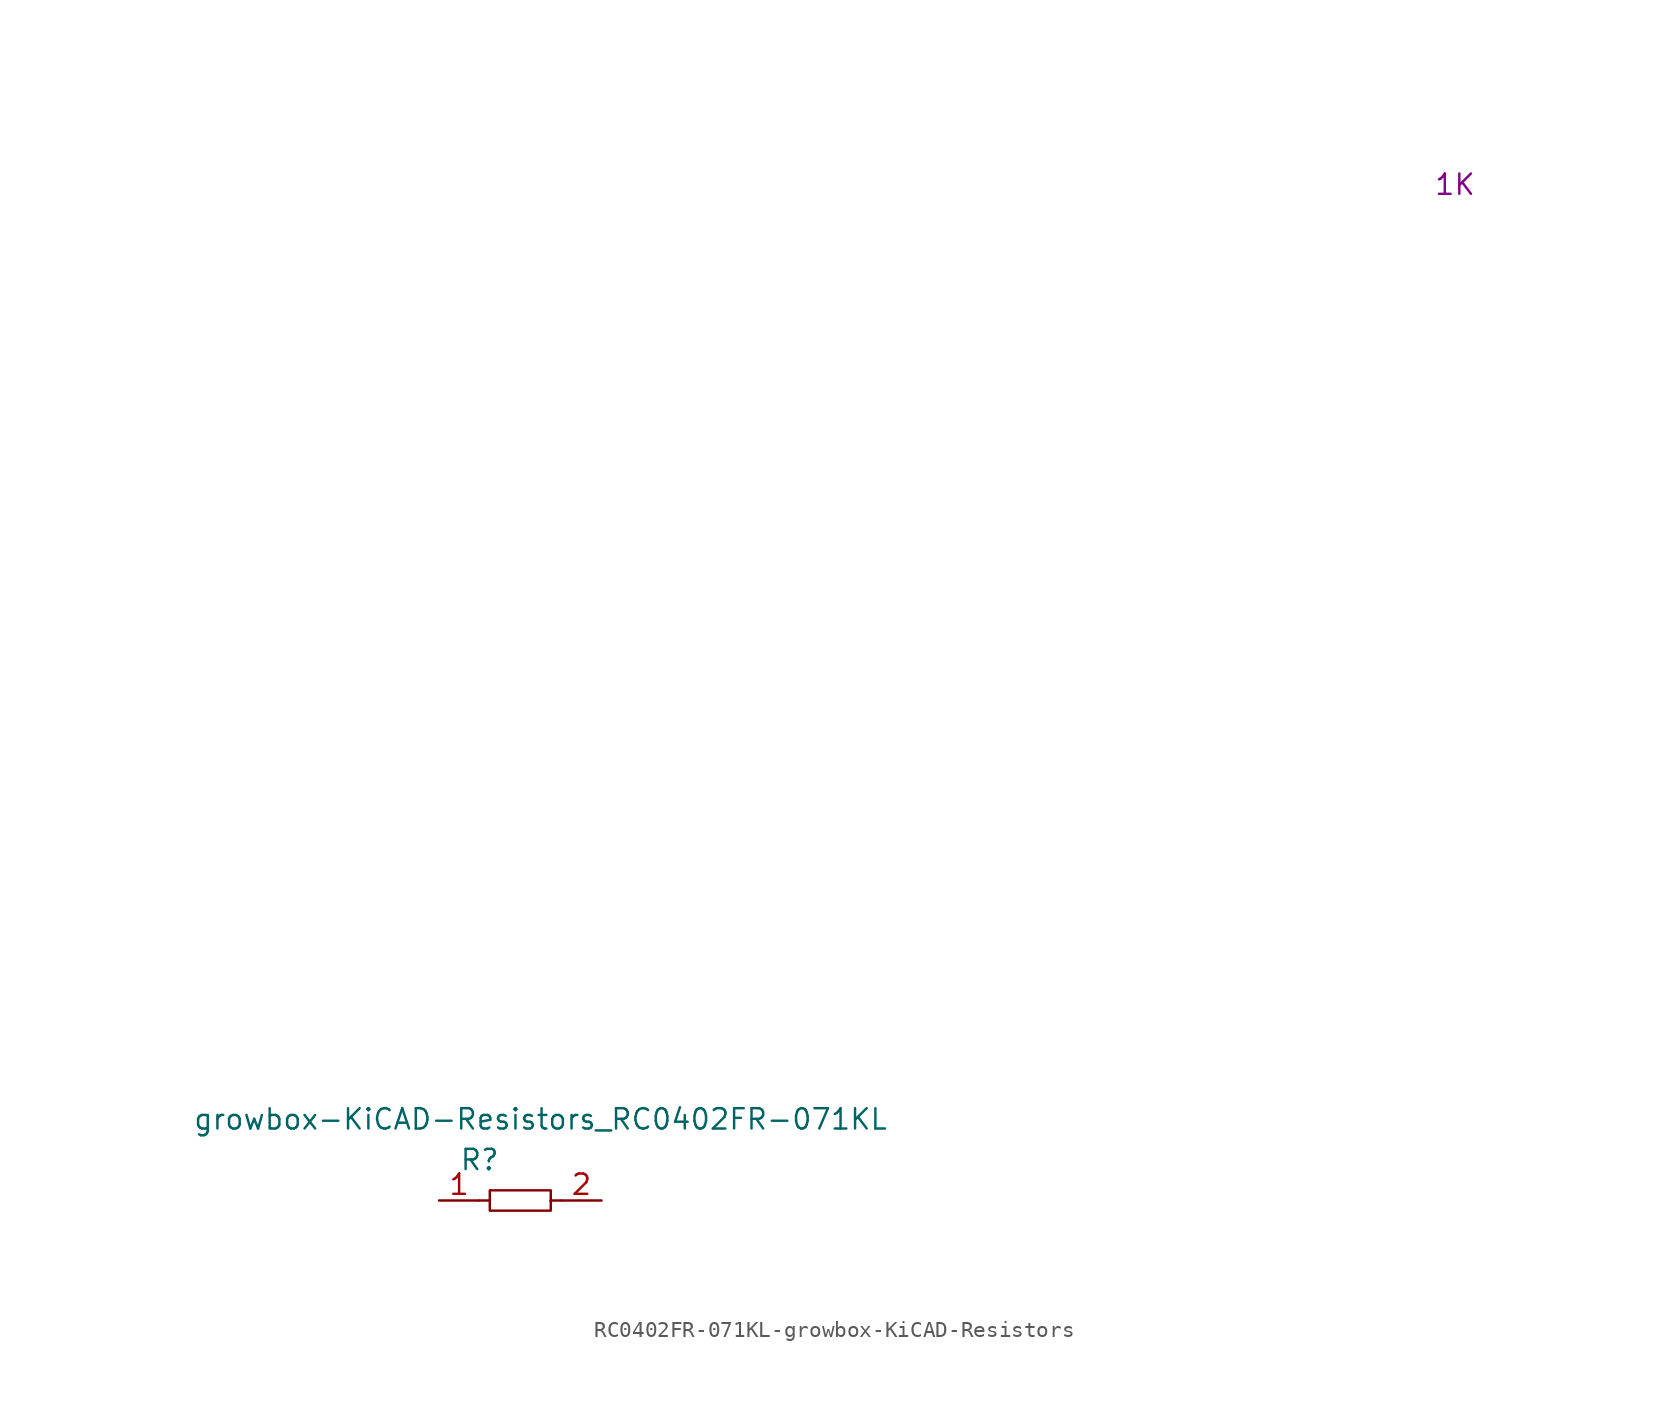
<source format=kicad_sym>
(kicad_symbol_lib
  (version 20231120)
  (generator "kicad_symbol_editor")
  (generator_version "8.0")
  (symbol "RC0402FR-071KL-growbox-KiCAD-Resistors"
    (pin_names
      (offset 1.016))
    (property "Reference" "R"
      (at -2.54 2.54 0)
      (effects (font (size 1.27 1.27))))
    (property "Value" "growbox-KiCAD-Resistors_RC0402FR-071KL"
      (at 1.27 5.08 0)
      (effects (font (size 1.27 1.27))))
    (property "_Value_" "1K"
      (at 58.42 63.5 0)
      (effects (font (size 1.27 1.27))))
    (symbol "RC0402FR-071KL-growbox-KiCAD-Resistors_0_1"
      (rectangle (start -1.905 0.635) (end 1.905 -0.635) (stroke (width 0) (type solid)) (fill (type none)))
      (polyline (pts (xy -2.54 0) (xy -1.905 0)) (stroke (width 0) (type solid)) (fill (type none)))
      (polyline (pts (xy -1.905 0) (xy -1.905 0)) (stroke (width 0) (type solid)) (fill (type none)))
      (polyline (pts (xy 1.905 0) (xy 1.905 0)) (stroke (width 0) (type solid)) (fill (type none)))
      (polyline (pts (xy 2.54 0) (xy 1.905 0)) (stroke (width 0) (type solid)) (fill (type none))))
    (symbol "RC0402FR-071KL-growbox-KiCAD-Resistors_1_1"
      (pin passive line (at -5.08 0 0) (length 2.515) (name "~" (effects (font (size 1.27 1.27)))) (number "1" (effects (font (size 1.27 1.27)))))
      (pin passive line (at 5.08 0 180) (length 2.515) (name "~" (effects (font (size 1.27 1.27)))) (number "2" (effects (font (size 1.27 1.27))))))))
</source>
